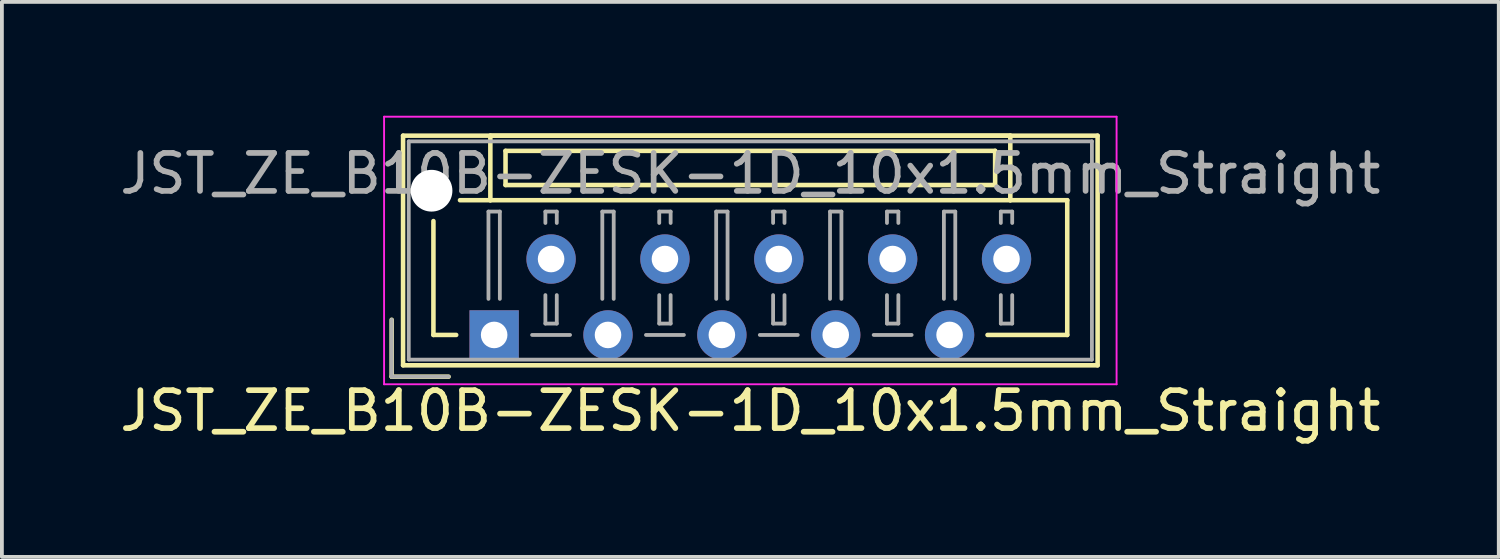
<source format=kicad_pcb>
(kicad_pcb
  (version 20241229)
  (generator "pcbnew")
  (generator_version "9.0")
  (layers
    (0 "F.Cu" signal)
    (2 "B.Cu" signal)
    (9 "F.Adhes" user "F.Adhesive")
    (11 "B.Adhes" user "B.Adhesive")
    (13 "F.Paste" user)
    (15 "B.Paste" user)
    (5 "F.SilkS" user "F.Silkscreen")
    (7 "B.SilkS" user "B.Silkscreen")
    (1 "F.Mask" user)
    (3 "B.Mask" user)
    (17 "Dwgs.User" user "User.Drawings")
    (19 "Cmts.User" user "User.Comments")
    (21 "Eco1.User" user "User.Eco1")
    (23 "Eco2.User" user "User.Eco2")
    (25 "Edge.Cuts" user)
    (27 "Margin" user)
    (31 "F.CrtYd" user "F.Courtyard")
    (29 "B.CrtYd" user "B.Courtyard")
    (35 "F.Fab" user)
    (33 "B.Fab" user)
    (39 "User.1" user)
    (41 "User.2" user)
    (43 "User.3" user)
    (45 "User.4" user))
  (footprint "JST_ZE_B10B-ZESK-1D_10x1.5mm_Straight"
    (layer "F.Cu")
    (at 9.97 5.775)
    (property "Reference" "JST_ZE_B10B-ZESK-1D_10x1.5mm_Straight" (at 6.75 2 0) (layer "F.SilkS") (effects (font (size 1 1) (thickness 0.15))))
    (attr through_hole)
    (fp_line (start -2.7 -0.4) (end -2.7 1.1) (stroke (width 0.12) (type solid)) (layer "F.SilkS"))
    (fp_line (start -2.7 1.1) (end -1.2 1.1) (stroke (width 0.12) (type solid)) (layer "F.SilkS"))
    (fp_line (start -2.4 -5.25) (end -2.4 0.8) (stroke (width 0.12) (type solid)) (layer "F.SilkS"))
    (fp_line (start -2.4 0.8) (end 15.9 0.8) (stroke (width 0.12) (type solid)) (layer "F.SilkS"))
    (fp_line (start -1.6 -3) (end -1.6 0) (stroke (width 0.12) (type solid)) (layer "F.SilkS"))
    (fp_line (start -1.6 0) (end -1 0) (stroke (width 0.12) (type solid)) (layer "F.SilkS"))
    (fp_line (start -0.1 -5.25) (end -0.1 -3.55) (stroke (width 0.12) (type solid)) (layer "F.SilkS"))
    (fp_line (start -0.1 -3.55) (end -0.9 -3.55) (stroke (width 0.12) (type solid)) (layer "F.SilkS"))
    (fp_line (start -0.1 -3.55) (end 13.6 -3.55) (stroke (width 0.12) (type solid)) (layer "F.SilkS"))
    (fp_line (start 0.3 -4.85) (end 0.3 -3.95) (stroke (width 0.12) (type solid)) (layer "F.SilkS"))
    (fp_line (start 0.3 -3.95) (end 13.2 -3.95) (stroke (width 0.12) (type solid)) (layer "F.SilkS"))
    (fp_line (start 13.2 -4.85) (end 0.3 -4.85) (stroke (width 0.12) (type solid)) (layer "F.SilkS"))
    (fp_line (start 13.2 -3.95) (end 13.2 -4.85) (stroke (width 0.12) (type solid)) (layer "F.SilkS"))
    (fp_line (start 13.6 -5.25) (end -0.1 -5.25) (stroke (width 0.12) (type solid)) (layer "F.SilkS"))
    (fp_line (start 13.6 -3.55) (end 13.6 -5.25) (stroke (width 0.12) (type solid)) (layer "F.SilkS"))
    (fp_line (start 13.6 -3.55) (end 15.1 -3.55) (stroke (width 0.12) (type solid)) (layer "F.SilkS"))
    (fp_line (start 15.1 -3.55) (end 15.1 0) (stroke (width 0.12) (type solid)) (layer "F.SilkS"))
    (fp_line (start 15.1 0) (end 13 0) (stroke (width 0.12) (type solid)) (layer "F.SilkS"))
    (fp_line (start 15.9 -5.25) (end -2.4 -5.25) (stroke (width 0.12) (type solid)) (layer "F.SilkS"))
    (fp_line (start 15.9 0.8) (end 15.9 -5.25) (stroke (width 0.12) (type solid)) (layer "F.SilkS"))
    (fp_line (start -2.9 -5.75) (end -2.9 1.3) (stroke (width 0.05) (type solid)) (layer "F.CrtYd"))
    (fp_line (start -2.9 1.3) (end 16.4 1.3) (stroke (width 0.05) (type solid)) (layer "F.CrtYd"))
    (fp_line (start 16.4 -5.75) (end -2.9 -5.75) (stroke (width 0.05) (type solid)) (layer "F.CrtYd"))
    (fp_line (start 16.4 1.3) (end 16.4 -5.75) (stroke (width 0.05) (type solid)) (layer "F.CrtYd"))
    (fp_line (start -2.7 -0.4) (end -2.7 1.1) (stroke (width 0.1) (type solid)) (layer "F.Fab"))
    (fp_line (start -2.7 1.1) (end -1.2 1.1) (stroke (width 0.1) (type solid)) (layer "F.Fab"))
    (fp_line (start -2.25 -5.1) (end -2.25 0.65) (stroke (width 0.1) (type solid)) (layer "F.Fab"))
    (fp_line (start -2.25 0.65) (end 15.75 0.65) (stroke (width 0.1) (type solid)) (layer "F.Fab"))
    (fp_line (start -0.15 -3.25) (end 0.15 -3.25) (stroke (width 0.1) (type solid)) (layer "F.Fab"))
    (fp_line (start -0.15 -0.95) (end -0.15 -3.25) (stroke (width 0.1) (type solid)) (layer "F.Fab"))
    (fp_line (start 0.15 -3.25) (end 0.15 -0.95) (stroke (width 0.1) (type solid)) (layer "F.Fab"))
    (fp_line (start 1 0) (end 2 0) (stroke (width 0.1) (type solid)) (layer "F.Fab"))
    (fp_line (start 1.35 -3.25) (end 1.65 -3.25) (stroke (width 0.1) (type solid)) (layer "F.Fab"))
    (fp_line (start 1.35 -2.95) (end 1.35 -3.25) (stroke (width 0.1) (type solid)) (layer "F.Fab"))
    (fp_line (start 1.35 -1.05) (end 1.35 -0.3) (stroke (width 0.1) (type solid)) (layer "F.Fab"))
    (fp_line (start 1.35 -0.3) (end 1.65 -0.3) (stroke (width 0.1) (type solid)) (layer "F.Fab"))
    (fp_line (start 1.65 -3.25) (end 1.65 -2.95) (stroke (width 0.1) (type solid)) (layer "F.Fab"))
    (fp_line (start 1.65 -0.3) (end 1.65 -1.05) (stroke (width 0.1) (type solid)) (layer "F.Fab"))
    (fp_line (start 2.85 -3.25) (end 3.15 -3.25) (stroke (width 0.1) (type solid)) (layer "F.Fab"))
    (fp_line (start 2.85 -0.95) (end 2.85 -3.25) (stroke (width 0.1) (type solid)) (layer "F.Fab"))
    (fp_line (start 3.15 -3.25) (end 3.15 -0.95) (stroke (width 0.1) (type solid)) (layer "F.Fab"))
    (fp_line (start 4 0) (end 5 0) (stroke (width 0.1) (type solid)) (layer "F.Fab"))
    (fp_line (start 4.35 -3.25) (end 4.65 -3.25) (stroke (width 0.1) (type solid)) (layer "F.Fab"))
    (fp_line (start 4.35 -2.95) (end 4.35 -3.25) (stroke (width 0.1) (type solid)) (layer "F.Fab"))
    (fp_line (start 4.35 -1.05) (end 4.35 -0.3) (stroke (width 0.1) (type solid)) (layer "F.Fab"))
    (fp_line (start 4.35 -0.3) (end 4.65 -0.3) (stroke (width 0.1) (type solid)) (layer "F.Fab"))
    (fp_line (start 4.65 -3.25) (end 4.65 -2.95) (stroke (width 0.1) (type solid)) (layer "F.Fab"))
    (fp_line (start 4.65 -0.3) (end 4.65 -1.05) (stroke (width 0.1) (type solid)) (layer "F.Fab"))
    (fp_line (start 5.85 -3.25) (end 6.15 -3.25) (stroke (width 0.1) (type solid)) (layer "F.Fab"))
    (fp_line (start 5.85 -0.95) (end 5.85 -3.25) (stroke (width 0.1) (type solid)) (layer "F.Fab"))
    (fp_line (start 6.15 -3.25) (end 6.15 -0.95) (stroke (width 0.1) (type solid)) (layer "F.Fab"))
    (fp_line (start 7 0) (end 8 0) (stroke (width 0.1) (type solid)) (layer "F.Fab"))
    (fp_line (start 7.35 -3.25) (end 7.65 -3.25) (stroke (width 0.1) (type solid)) (layer "F.Fab"))
    (fp_line (start 7.35 -2.95) (end 7.35 -3.25) (stroke (width 0.1) (type solid)) (layer "F.Fab"))
    (fp_line (start 7.35 -1.05) (end 7.35 -0.3) (stroke (width 0.1) (type solid)) (layer "F.Fab"))
    (fp_line (start 7.35 -0.3) (end 7.65 -0.3) (stroke (width 0.1) (type solid)) (layer "F.Fab"))
    (fp_line (start 7.65 -3.25) (end 7.65 -2.95) (stroke (width 0.1) (type solid)) (layer "F.Fab"))
    (fp_line (start 7.65 -0.3) (end 7.65 -1.05) (stroke (width 0.1) (type solid)) (layer "F.Fab"))
    (fp_line (start 8.85 -3.25) (end 9.15 -3.25) (stroke (width 0.1) (type solid)) (layer "F.Fab"))
    (fp_line (start 8.85 -0.95) (end 8.85 -3.25) (stroke (width 0.1) (type solid)) (layer "F.Fab"))
    (fp_line (start 9.15 -3.25) (end 9.15 -0.95) (stroke (width 0.1) (type solid)) (layer "F.Fab"))
    (fp_line (start 10 0) (end 11 0) (stroke (width 0.1) (type solid)) (layer "F.Fab"))
    (fp_line (start 10.35 -3.25) (end 10.65 -3.25) (stroke (width 0.1) (type solid)) (layer "F.Fab"))
    (fp_line (start 10.35 -2.95) (end 10.35 -3.25) (stroke (width 0.1) (type solid)) (layer "F.Fab"))
    (fp_line (start 10.35 -1.05) (end 10.35 -0.3) (stroke (width 0.1) (type solid)) (layer "F.Fab"))
    (fp_line (start 10.35 -0.3) (end 10.65 -0.3) (stroke (width 0.1) (type solid)) (layer "F.Fab"))
    (fp_line (start 10.65 -3.25) (end 10.65 -2.95) (stroke (width 0.1) (type solid)) (layer "F.Fab"))
    (fp_line (start 10.65 -0.3) (end 10.65 -1.05) (stroke (width 0.1) (type solid)) (layer "F.Fab"))
    (fp_line (start 11.85 -3.25) (end 12.15 -3.25) (stroke (width 0.1) (type solid)) (layer "F.Fab"))
    (fp_line (start 11.85 -0.95) (end 11.85 -3.25) (stroke (width 0.1) (type solid)) (layer "F.Fab"))
    (fp_line (start 12.15 -3.25) (end 12.15 -0.95) (stroke (width 0.1) (type solid)) (layer "F.Fab"))
    (fp_line (start 13.35 -3.25) (end 13.65 -3.25) (stroke (width 0.1) (type solid)) (layer "F.Fab"))
    (fp_line (start 13.35 -2.95) (end 13.35 -3.25) (stroke (width 0.1) (type solid)) (layer "F.Fab"))
    (fp_line (start 13.35 -1.05) (end 13.35 -0.3) (stroke (width 0.1) (type solid)) (layer "F.Fab"))
    (fp_line (start 13.35 -0.3) (end 13.65 -0.3) (stroke (width 0.1) (type solid)) (layer "F.Fab"))
    (fp_line (start 13.65 -3.25) (end 13.65 -2.95) (stroke (width 0.1) (type solid)) (layer "F.Fab"))
    (fp_line (start 13.65 -0.3) (end 13.65 -1.05) (stroke (width 0.1) (type solid)) (layer "F.Fab"))
    (fp_line (start 15.75 -5.1) (end -2.25 -5.1) (stroke (width 0.1) (type solid)) (layer "F.Fab"))
    (fp_line (start 15.75 0.65) (end 15.75 -5.1) (stroke (width 0.1) (type solid)) (layer "F.Fab"))
    (fp_text user "${REFERENCE}" (at 6.75 -4.25 0) (layer "F.Fab") (effects (font (size 1 1) (thickness 0.15))))
    (pad "" np_thru_hole circle (at -1.65 -3.8) (size 1.1 1.1) (drill 1.1) (layers "*.Cu"))
    (pad "1" thru_hole rect (at 0 0) (size 1.3 1.3) (drill 0.7) (layers "*.Cu" "*.Mask"))
    (pad "2" thru_hole circle (at 1.5 -2) (size 1.3 1.3) (drill 0.7) (layers "*.Cu" "*.Mask"))
    (pad "3" thru_hole circle (at 3 0) (size 1.3 1.3) (drill 0.7) (layers "*.Cu" "*.Mask"))
    (pad "4" thru_hole circle (at 4.5 -2) (size 1.3 1.3) (drill 0.7) (layers "*.Cu" "*.Mask"))
    (pad "5" thru_hole circle (at 6 0) (size 1.3 1.3) (drill 0.7) (layers "*.Cu" "*.Mask"))
    (pad "6" thru_hole circle (at 7.5 -2) (size 1.3 1.3) (drill 0.7) (layers "*.Cu" "*.Mask"))
    (pad "7" thru_hole circle (at 9 0) (size 1.3 1.3) (drill 0.7) (layers "*.Cu" "*.Mask"))
    (pad "8" thru_hole circle (at 10.5 -2) (size 1.3 1.3) (drill 0.7) (layers "*.Cu" "*.Mask"))
    (pad "9" thru_hole circle (at 12 0) (size 1.3 1.3) (drill 0.7) (layers "*.Cu" "*.Mask"))
    (pad "10" thru_hole circle (at 13.5 -2) (size 1.3 1.3) (drill 0.7) (layers "*.Cu" "*.Mask")))
  (gr_rect
    (start -3 -3)
    (end 36.44 11.623)
    (stroke (width 0.1) (type default))
    (fill no)
    (layer "Edge.Cuts")))
</source>
